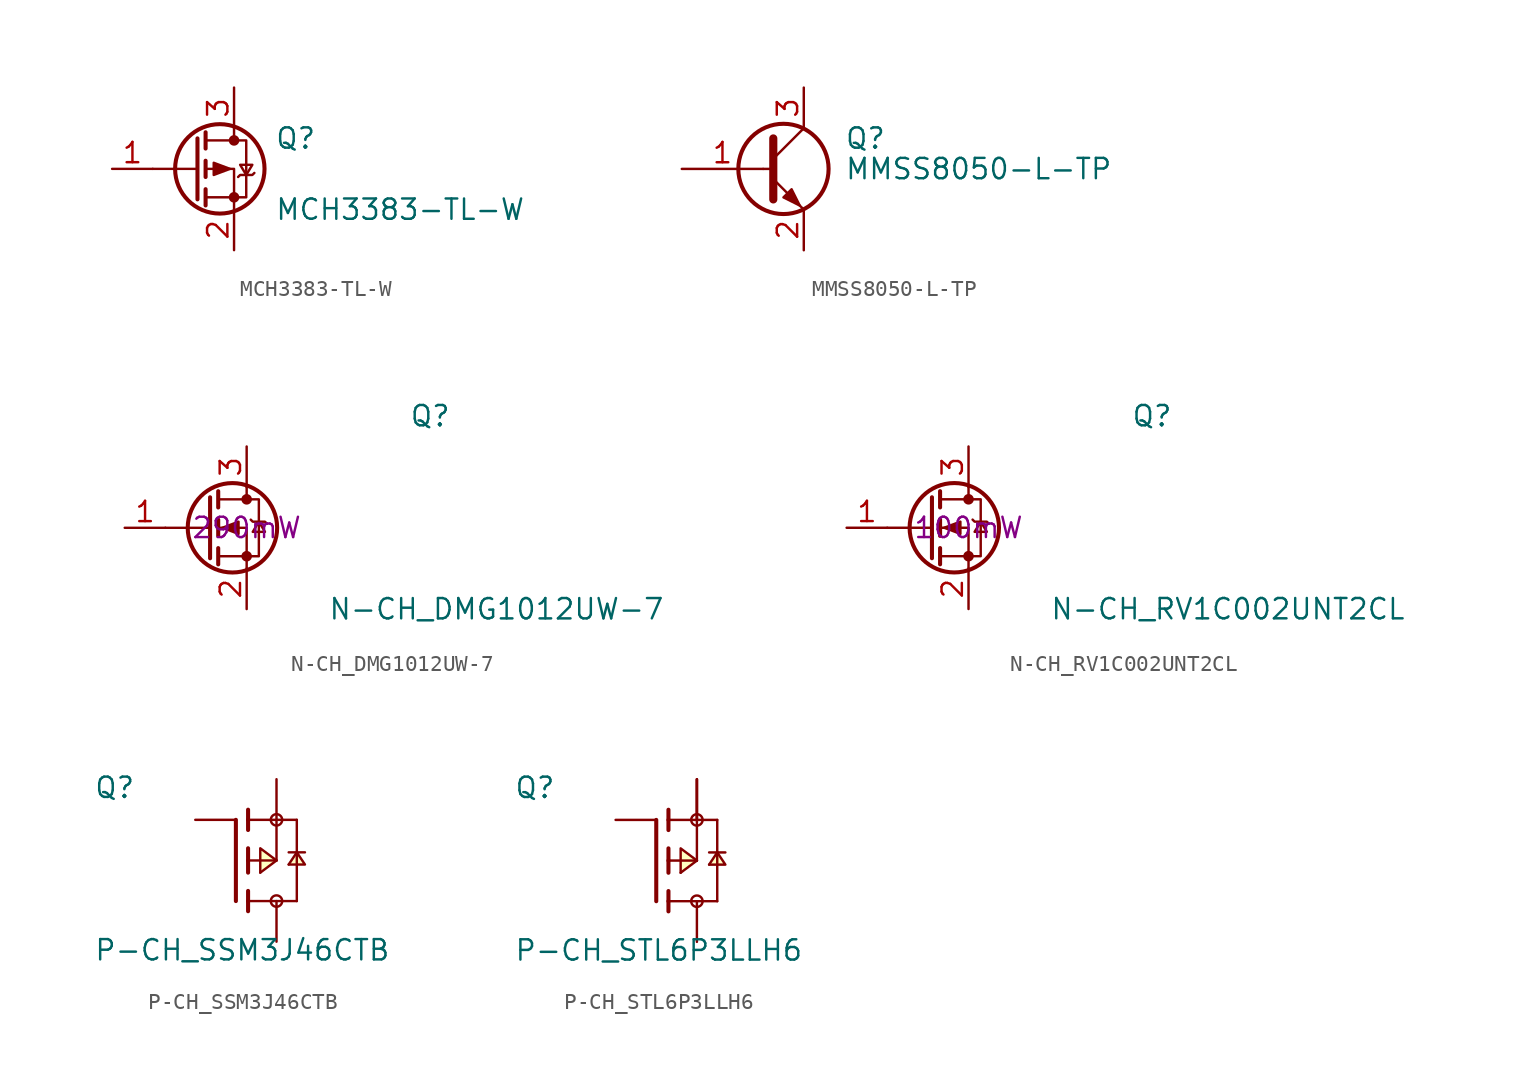
<source format=kicad_sym>
(kicad_symbol_lib
  (version 20211014)
  (generator kicad_symbol_editor)
  (symbol "MCH3383-TL-W"
    (pin_names hide)
    (property "Reference" "Q"
      (at 5.08 1.905 0)
      (effects (font (size 1.27 1.27)) (justify left)))
    (property "Value" "MCH3383-TL-W"
      (at 5.08 -2.54 0)
      (effects (font (size 1.27 1.27)) (justify left)))
    (symbol "MCH3383-TL-W_0_1"
      (polyline (pts (xy 0.254 0) (xy -2.54 0)) (stroke (width 0) (type default) (color 0 0 0 0)) (fill (type none)))
      (polyline (pts (xy 0.254 1.905) (xy 0.254 -1.905)) (stroke (width 0.254) (type default) (color 0 0 0 0)) (fill (type none)))
      (polyline (pts (xy 0.762 -1.27) (xy 0.762 -2.286)) (stroke (width 0.254) (type default) (color 0 0 0 0)) (fill (type none)))
      (polyline (pts (xy 0.762 0.508) (xy 0.762 -0.508)) (stroke (width 0.254) (type default) (color 0 0 0 0)) (fill (type none)))
      (polyline (pts (xy 0.762 2.286) (xy 0.762 1.27)) (stroke (width 0.254) (type default) (color 0 0 0 0)) (fill (type none)))
      (polyline (pts (xy 2.54 2.54) (xy 2.54 1.778)) (stroke (width 0) (type default) (color 0 0 0 0)) (fill (type none)))
      (polyline (pts (xy 2.54 -2.54) (xy 2.54 0) (xy 0.762 0)) (stroke (width 0) (type default) (color 0 0 0 0)) (fill (type none)))
      (polyline (pts (xy 0.762 1.778) (xy 3.302 1.778) (xy 3.302 -1.778) (xy 0.762 -1.778)) (stroke (width 0) (type default) (color 0 0 0 0)) (fill (type none)))
      (polyline (pts (xy 2.286 0) (xy 1.27 0.381) (xy 1.27 -0.381) (xy 2.286 0)) (stroke (width 0) (type default) (color 0 0 0 0)) (fill (type outline)))
      (polyline (pts (xy 2.794 -0.508) (xy 2.921 -0.381) (xy 3.683 -0.381) (xy 3.81 -0.254)) (stroke (width 0) (type default) (color 0 0 0 0)) (fill (type none)))
      (polyline (pts (xy 3.302 -0.381) (xy 2.921 0.254) (xy 3.683 0.254) (xy 3.302 -0.381)) (stroke (width 0) (type default) (color 0 0 0 0)) (fill (type none)))
      (circle (center 1.651 0) (radius 2.794) (stroke (width 0.254) (type default) (color 0 0 0 0)) (fill (type none)))
      (circle (center 2.54 -1.778) (radius 0.254) (stroke (width 0) (type default) (color 0 0 0 0)) (fill (type outline)))
      (circle (center 2.54 1.778) (radius 0.254) (stroke (width 0) (type default) (color 0 0 0 0)) (fill (type outline))))
    (symbol "MCH3383-TL-W_1_1"
      (pin input line (at -5.08 0 0) (length 2.54) (name "G" (effects (font (size 1.27 1.27)))) (number "1" (effects (font (size 1.27 1.27)))))
      (pin passive line (at 2.54 -5.08 90) (length 2.54) (name "S" (effects (font (size 1.27 1.27)))) (number "2" (effects (font (size 1.27 1.27)))))
      (pin passive line (at 2.54 5.08 270) (length 2.54) (name "D" (effects (font (size 1.27 1.27)))) (number "3" (effects (font (size 1.27 1.27)))))))
  (symbol "MMSS8050-L-TP"
    (pin_names
      (offset 0) hide)
    (property "Reference" "Q"
      (at 5.08 1.905 0)
      (effects (font (size 1.27 1.27)) (justify left)))
    (property "Value" "MMSS8050-L-TP"
      (at 5.08 0 0)
      (effects (font (size 1.27 1.27)) (justify left)))
    (symbol "MMSS8050-L-TP_0_1"
      (polyline (pts (xy 0 0) (xy 0.635 0)) (stroke (width 0) (type default) (color 0 0 0 0)) (fill (type none)))
      (polyline (pts (xy 0.635 0.635) (xy 2.54 2.54)) (stroke (width 0) (type default) (color 0 0 0 0)) (fill (type none)))
      (polyline (pts (xy 0.635 -0.635) (xy 2.54 -2.54) (xy 2.54 -2.54)) (stroke (width 0) (type default) (color 0 0 0 0)) (fill (type none)))
      (polyline (pts (xy 0.635 1.905) (xy 0.635 -1.905) (xy 0.635 -1.905)) (stroke (width 0.508) (type default) (color 0 0 0 0)) (fill (type none)))
      (polyline (pts (xy 1.27 -1.778) (xy 1.778 -1.27) (xy 2.286 -2.286) (xy 1.27 -1.778) (xy 1.27 -1.778)) (stroke (width 0) (type default) (color 0 0 0 0)) (fill (type outline)))
      (circle (center 1.27 0) (radius 2.819) (stroke (width 0.254) (type default) (color 0 0 0 0)) (fill (type none))))
    (symbol "MMSS8050-L-TP_1_1"
      (pin input line (at -5.08 0 0) (length 5.08) (name "B" (effects (font (size 1.27 1.27)))) (number "1" (effects (font (size 1.27 1.27)))))
      (pin passive line (at 2.54 -5.08 90) (length 2.54) (name "E" (effects (font (size 1.27 1.27)))) (number "2" (effects (font (size 1.27 1.27)))))
      (pin passive line (at 2.54 5.08 270) (length 2.54) (name "C" (effects (font (size 1.27 1.27)))) (number "3" (effects (font (size 1.27 1.27)))))))
  (symbol "N-CH_DMG1012UW-7"
    (pin_names hide)
    (property "Reference" "Q"
      (at 10.16 6.985 0)
      (effects (font (size 1.27 1.27)) (justify left)))
    (property "Value" "N-CH_DMG1012UW-7"
      (at 5.08 -5.08 0)
      (effects (font (size 1.27 1.27)) (justify left)))
    (property "PWR DIS" "290mW"
      (at 0 0 0)
      (effects (font (size 1.27 1.27))))
    (symbol "N-CH_DMG1012UW-7_1_1"
      (circle (center -0.889 0) (radius 2.794) (stroke (width 0.254) (type default) (color 0 0 0 0)) (fill (type none)))
      (circle (center 0 -1.778) (radius 0.254) (stroke (width 0) (type default) (color 0 0 0 0)) (fill (type outline)))
      (polyline (pts (xy -2.286 0) (xy -5.08 0)) (stroke (width 0) (type default) (color 0 0 0 0)) (fill (type none)))
      (polyline (pts (xy -2.286 1.905) (xy -2.286 -1.905)) (stroke (width 0.254) (type default) (color 0 0 0 0)) (fill (type none)))
      (polyline (pts (xy -1.778 -1.27) (xy -1.778 -2.286)) (stroke (width 0.254) (type default) (color 0 0 0 0)) (fill (type none)))
      (polyline (pts (xy -1.778 0.508) (xy -1.778 -0.508)) (stroke (width 0.254) (type default) (color 0 0 0 0)) (fill (type none)))
      (polyline (pts (xy -1.778 2.286) (xy -1.778 1.27)) (stroke (width 0.254) (type default) (color 0 0 0 0)) (fill (type none)))
      (polyline (pts (xy 0 2.54) (xy 0 1.778)) (stroke (width 0) (type default) (color 0 0 0 0)) (fill (type none)))
      (polyline (pts (xy 0 -2.54) (xy 0 0) (xy -1.778 0)) (stroke (width 0) (type default) (color 0 0 0 0)) (fill (type none)))
      (polyline (pts (xy -1.778 -1.778) (xy 0.762 -1.778) (xy 0.762 1.778) (xy -1.778 1.778)) (stroke (width 0) (type default) (color 0 0 0 0)) (fill (type none)))
      (polyline (pts (xy -1.524 0) (xy -0.508 0.381) (xy -0.508 -0.381) (xy -1.524 0)) (stroke (width 0) (type default) (color 0 0 0 0)) (fill (type outline)))
      (polyline (pts (xy 0.254 0.508) (xy 0.381 0.381) (xy 1.143 0.381) (xy 1.27 0.254)) (stroke (width 0) (type default) (color 0 0 0 0)) (fill (type none)))
      (polyline (pts (xy 0.762 0.381) (xy 0.381 -0.254) (xy 1.143 -0.254) (xy 0.762 0.381)) (stroke (width 0) (type default) (color 0 0 0 0)) (fill (type none)))
      (circle (center 0 1.778) (radius 0.254) (stroke (width 0) (type default) (color 0 0 0 0)) (fill (type outline)))
      (pin input line (at -7.62 0 0) (length 2.54) (name "G" (effects (font (size 1.27 1.27)))) (number "1" (effects (font (size 1.27 1.27)))))
      (pin passive line (at 0 -5.08 90) (length 2.54) (name "S" (effects (font (size 1.27 1.27)))) (number "2" (effects (font (size 1.27 1.27)))))
      (pin passive line (at 0 5.08 270) (length 2.54) (name "D" (effects (font (size 1.27 1.27)))) (number "3" (effects (font (size 1.27 1.27)))))))
  (symbol "N-CH_RV1C002UNT2CL"
    (pin_names hide)
    (property "Reference" "Q"
      (at 10.16 6.985 0)
      (effects (font (size 1.27 1.27)) (justify left)))
    (property "Value" "N-CH_RV1C002UNT2CL"
      (at 5.08 -5.08 0)
      (effects (font (size 1.27 1.27)) (justify left)))
    (property "PWR DIS" "100mW"
      (at 0 0 0)
      (effects (font (size 1.27 1.27))))
    (symbol "N-CH_RV1C002UNT2CL_1_1"
      (circle (center -0.889 0) (radius 2.794) (stroke (width 0.254) (type default) (color 0 0 0 0)) (fill (type none)))
      (circle (center 0 -1.778) (radius 0.254) (stroke (width 0) (type default) (color 0 0 0 0)) (fill (type outline)))
      (polyline (pts (xy -2.286 0) (xy -5.08 0)) (stroke (width 0) (type default) (color 0 0 0 0)) (fill (type none)))
      (polyline (pts (xy -2.286 1.905) (xy -2.286 -1.905)) (stroke (width 0.254) (type default) (color 0 0 0 0)) (fill (type none)))
      (polyline (pts (xy -1.778 -1.27) (xy -1.778 -2.286)) (stroke (width 0.254) (type default) (color 0 0 0 0)) (fill (type none)))
      (polyline (pts (xy -1.778 0.508) (xy -1.778 -0.508)) (stroke (width 0.254) (type default) (color 0 0 0 0)) (fill (type none)))
      (polyline (pts (xy -1.778 2.286) (xy -1.778 1.27)) (stroke (width 0.254) (type default) (color 0 0 0 0)) (fill (type none)))
      (polyline (pts (xy 0 2.54) (xy 0 1.778)) (stroke (width 0) (type default) (color 0 0 0 0)) (fill (type none)))
      (polyline (pts (xy 0 -2.54) (xy 0 0) (xy -1.778 0)) (stroke (width 0) (type default) (color 0 0 0 0)) (fill (type none)))
      (polyline (pts (xy -1.778 -1.778) (xy 0.762 -1.778) (xy 0.762 1.778) (xy -1.778 1.778)) (stroke (width 0) (type default) (color 0 0 0 0)) (fill (type none)))
      (polyline (pts (xy -1.524 0) (xy -0.508 0.381) (xy -0.508 -0.381) (xy -1.524 0)) (stroke (width 0) (type default) (color 0 0 0 0)) (fill (type outline)))
      (polyline (pts (xy 0.254 0.508) (xy 0.381 0.381) (xy 1.143 0.381) (xy 1.27 0.254)) (stroke (width 0) (type default) (color 0 0 0 0)) (fill (type none)))
      (polyline (pts (xy 0.762 0.381) (xy 0.381 -0.254) (xy 1.143 -0.254) (xy 0.762 0.381)) (stroke (width 0) (type default) (color 0 0 0 0)) (fill (type none)))
      (circle (center 0 1.778) (radius 0.254) (stroke (width 0) (type default) (color 0 0 0 0)) (fill (type outline)))
      (pin input line (at -7.62 0 0) (length 2.54) (name "G" (effects (font (size 1.27 1.27)))) (number "1" (effects (font (size 1.27 1.27)))))
      (pin passive line (at 0 -5.08 90) (length 2.54) (name "S" (effects (font (size 1.27 1.27)))) (number "2" (effects (font (size 1.27 1.27)))))
      (pin passive line (at 0 5.08 270) (length 2.54) (name "D" (effects (font (size 1.27 1.27)))) (number "3" (effects (font (size 1.27 1.27)))))))
  (symbol "P-CH_SSM3J46CTB"
    (pin_numbers hide)
    (pin_names
      (offset 1.016) hide)
    (property "Reference" "Q"
      (at -8.89 3.81 0)
      (effects (font (size 1.27 1.27)) (justify left bottom)))
    (property "Value" "P-CH_SSM3J46CTB"
      (at -8.89 -6.35 0)
      (effects (font (size 1.27 1.27)) (justify left bottom)))
    (symbol "P-CH_SSM3J46CTB_0_0"
      (polyline (pts (xy 0 -2.54) (xy 0 2.54)) (stroke (width 0.254) (type default) (color 0 0 0 0)) (fill (type none)))
      (polyline (pts (xy 0.762 -3.175) (xy 0.762 -2.54)) (stroke (width 0.254) (type default) (color 0 0 0 0)) (fill (type none)))
      (polyline (pts (xy 0.762 -2.54) (xy 0.762 -1.905)) (stroke (width 0.254) (type default) (color 0 0 0 0)) (fill (type none)))
      (polyline (pts (xy 0.762 -2.54) (xy 3.81 -2.54)) (stroke (width 0.152) (type default) (color 0 0 0 0)) (fill (type none)))
      (polyline (pts (xy 0.762 -0.762) (xy 0.762 0)) (stroke (width 0.254) (type default) (color 0 0 0 0)) (fill (type none)))
      (polyline (pts (xy 0.762 0) (xy 0.762 0.762)) (stroke (width 0.254) (type default) (color 0 0 0 0)) (fill (type none)))
      (polyline (pts (xy 0.762 0) (xy 2.54 0)) (stroke (width 0.152) (type default) (color 0 0 0 0)) (fill (type none)))
      (polyline (pts (xy 0.762 1.905) (xy 0.762 2.54)) (stroke (width 0.254) (type default) (color 0 0 0 0)) (fill (type none)))
      (polyline (pts (xy 0.762 2.54) (xy 0.762 3.175)) (stroke (width 0.254) (type default) (color 0 0 0 0)) (fill (type none)))
      (polyline (pts (xy 2.54 0) (xy 2.54 2.54)) (stroke (width 0.152) (type default) (color 0 0 0 0)) (fill (type none)))
      (polyline (pts (xy 2.54 2.54) (xy 0.762 2.54)) (stroke (width 0.152) (type default) (color 0 0 0 0)) (fill (type none)))
      (polyline (pts (xy 2.54 2.54) (xy 3.81 2.54)) (stroke (width 0.152) (type default) (color 0 0 0 0)) (fill (type none)))
      (polyline (pts (xy 3.302 0.508) (xy 3.81 0.508)) (stroke (width 0.152) (type default) (color 0 0 0 0)) (fill (type none)))
      (polyline (pts (xy 3.81 -2.54) (xy 3.81 0.508)) (stroke (width 0.152) (type default) (color 0 0 0 0)) (fill (type none)))
      (polyline (pts (xy 3.81 0.508) (xy 3.81 2.54)) (stroke (width 0.152) (type default) (color 0 0 0 0)) (fill (type none)))
      (polyline (pts (xy 3.81 0.508) (xy 4.318 0.508)) (stroke (width 0.152) (type default) (color 0 0 0 0)) (fill (type none)))
      (polyline (pts (xy 2.54 0) (xy 1.524 0.762) (xy 1.524 -0.762)) (stroke (width 0.152) (type default) (color 0 0 0 0)) (fill (type background)))
      (polyline (pts (xy 3.81 0.508) (xy 4.318 -0.254) (xy 3.302 -0.254)) (stroke (width 0.152) (type default) (color 0 0 0 0)) (fill (type background)))
      (circle (center 2.54 -2.54) (radius 0.356) (stroke (width 0) (type default) (color 0 0 0 0)) (fill (type none)))
      (circle (center 2.54 2.54) (radius 0.356) (stroke (width 0) (type default) (color 0 0 0 0)) (fill (type none)))
      (pin passive line (at -2.54 2.54 0) (length 2.54) (name "GATE" (effects (font (size 1.016 1.016)))) (number "1" (effects (font (size 1.016 1.016)))))
      (pin passive line (at 2.54 5.08 270) (length 2.54) (name "SOURCE" (effects (font (size 1.016 1.016)))) (number "2" (effects (font (size 1.016 1.016)))))
      (pin passive line (at 2.54 -5.08 90) (length 2.54) (name "DRAIN" (effects (font (size 1.016 1.016)))) (number "3" (effects (font (size 1.016 1.016))))))
    (symbol "P-CH_SSM3J46CTB_0_1"
      (polyline (pts (xy 3.81 0.508) (xy 3.302 -0.254)) (stroke (width 0) (type default) (color 0 0 0 0)) (fill (type none)))
      (polyline (pts (xy 1.524 -0.762) (xy 2.54 0) (xy 2.413 0) (xy 2.54 0)) (stroke (width 0) (type default) (color 0 0 0 0)) (fill (type none)))))
  (symbol "P-CH_STL6P3LLH6"
    (pin_numbers hide)
    (pin_names
      (offset 1.016) hide)
    (property "Reference" "Q"
      (at -8.89 3.81 0)
      (effects (font (size 1.27 1.27)) (justify left bottom)))
    (property "Value" "P-CH_STL6P3LLH6"
      (at -8.89 -6.35 0)
      (effects (font (size 1.27 1.27)) (justify left bottom)))
    (symbol "P-CH_STL6P3LLH6_0_0"
      (polyline (pts (xy 0 -2.54) (xy 0 2.54)) (stroke (width 0.254) (type default) (color 0 0 0 0)) (fill (type none)))
      (polyline (pts (xy 0.762 -3.175) (xy 0.762 -2.54)) (stroke (width 0.254) (type default) (color 0 0 0 0)) (fill (type none)))
      (polyline (pts (xy 0.762 -2.54) (xy 0.762 -1.905)) (stroke (width 0.254) (type default) (color 0 0 0 0)) (fill (type none)))
      (polyline (pts (xy 0.762 -2.54) (xy 3.81 -2.54)) (stroke (width 0.152) (type default) (color 0 0 0 0)) (fill (type none)))
      (polyline (pts (xy 0.762 -0.762) (xy 0.762 0)) (stroke (width 0.254) (type default) (color 0 0 0 0)) (fill (type none)))
      (polyline (pts (xy 0.762 0) (xy 0.762 0.762)) (stroke (width 0.254) (type default) (color 0 0 0 0)) (fill (type none)))
      (polyline (pts (xy 0.762 0) (xy 2.54 0)) (stroke (width 0.152) (type default) (color 0 0 0 0)) (fill (type none)))
      (polyline (pts (xy 0.762 1.905) (xy 0.762 2.54)) (stroke (width 0.254) (type default) (color 0 0 0 0)) (fill (type none)))
      (polyline (pts (xy 0.762 2.54) (xy 0.762 3.175)) (stroke (width 0.254) (type default) (color 0 0 0 0)) (fill (type none)))
      (polyline (pts (xy 2.54 0) (xy 2.54 2.54)) (stroke (width 0.152) (type default) (color 0 0 0 0)) (fill (type none)))
      (polyline (pts (xy 2.54 2.54) (xy 0.762 2.54)) (stroke (width 0.152) (type default) (color 0 0 0 0)) (fill (type none)))
      (polyline (pts (xy 2.54 2.54) (xy 3.81 2.54)) (stroke (width 0.152) (type default) (color 0 0 0 0)) (fill (type none)))
      (polyline (pts (xy 3.302 0.508) (xy 3.81 0.508)) (stroke (width 0.152) (type default) (color 0 0 0 0)) (fill (type none)))
      (polyline (pts (xy 3.81 -2.54) (xy 3.81 0.508)) (stroke (width 0.152) (type default) (color 0 0 0 0)) (fill (type none)))
      (polyline (pts (xy 3.81 0.508) (xy 3.81 2.54)) (stroke (width 0.152) (type default) (color 0 0 0 0)) (fill (type none)))
      (polyline (pts (xy 3.81 0.508) (xy 4.318 0.508)) (stroke (width 0.152) (type default) (color 0 0 0 0)) (fill (type none)))
      (polyline (pts (xy 2.54 0) (xy 1.524 0.762) (xy 1.524 -0.762)) (stroke (width 0.152) (type default) (color 0 0 0 0)) (fill (type background)))
      (polyline (pts (xy 3.81 0.508) (xy 4.318 -0.254) (xy 3.302 -0.254)) (stroke (width 0.152) (type default) (color 0 0 0 0)) (fill (type background)))
      (circle (center 2.54 -2.54) (radius 0.356) (stroke (width 0) (type default) (color 0 0 0 0)) (fill (type none)))
      (circle (center 2.54 2.54) (radius 0.356) (stroke (width 0) (type default) (color 0 0 0 0)) (fill (type none)))
      (pin passive line (at 2.54 5.08 270) (length 2.54) (name "~" (effects (font (size 1.016 1.016)))) (number "1" (effects (font (size 1.016 1.016)))))
      (pin passive line (at 2.54 5.08 270) (length 2.54) (name "~" (effects (font (size 1.016 1.016)))) (number "2" (effects (font (size 1.016 1.016)))))
      (pin passive line (at 2.54 5.08 270) (length 2.54) (name "~" (effects (font (size 1.016 1.016)))) (number "3" (effects (font (size 1.016 1.016)))))
      (pin passive line (at -2.54 2.54 0) (length 2.54) (name "~" (effects (font (size 1.016 1.016)))) (number "4" (effects (font (size 1.016 1.016)))))
      (pin passive line (at 2.54 -5.08 90) (length 2.54) (name "~" (effects (font (size 1.016 1.016)))) (number "5_6_7_8" (effects (font (size 1.016 1.016))))))
    (symbol "P-CH_STL6P3LLH6_0_1"
      (polyline (pts (xy 3.81 0.508) (xy 3.302 -0.254)) (stroke (width 0) (type default) (color 0 0 0 0)) (fill (type none)))
      (polyline (pts (xy 1.524 -0.762) (xy 2.54 0) (xy 2.413 0) (xy 2.54 0)) (stroke (width 0) (type default) (color 0 0 0 0)) (fill (type none))))))
</source>
